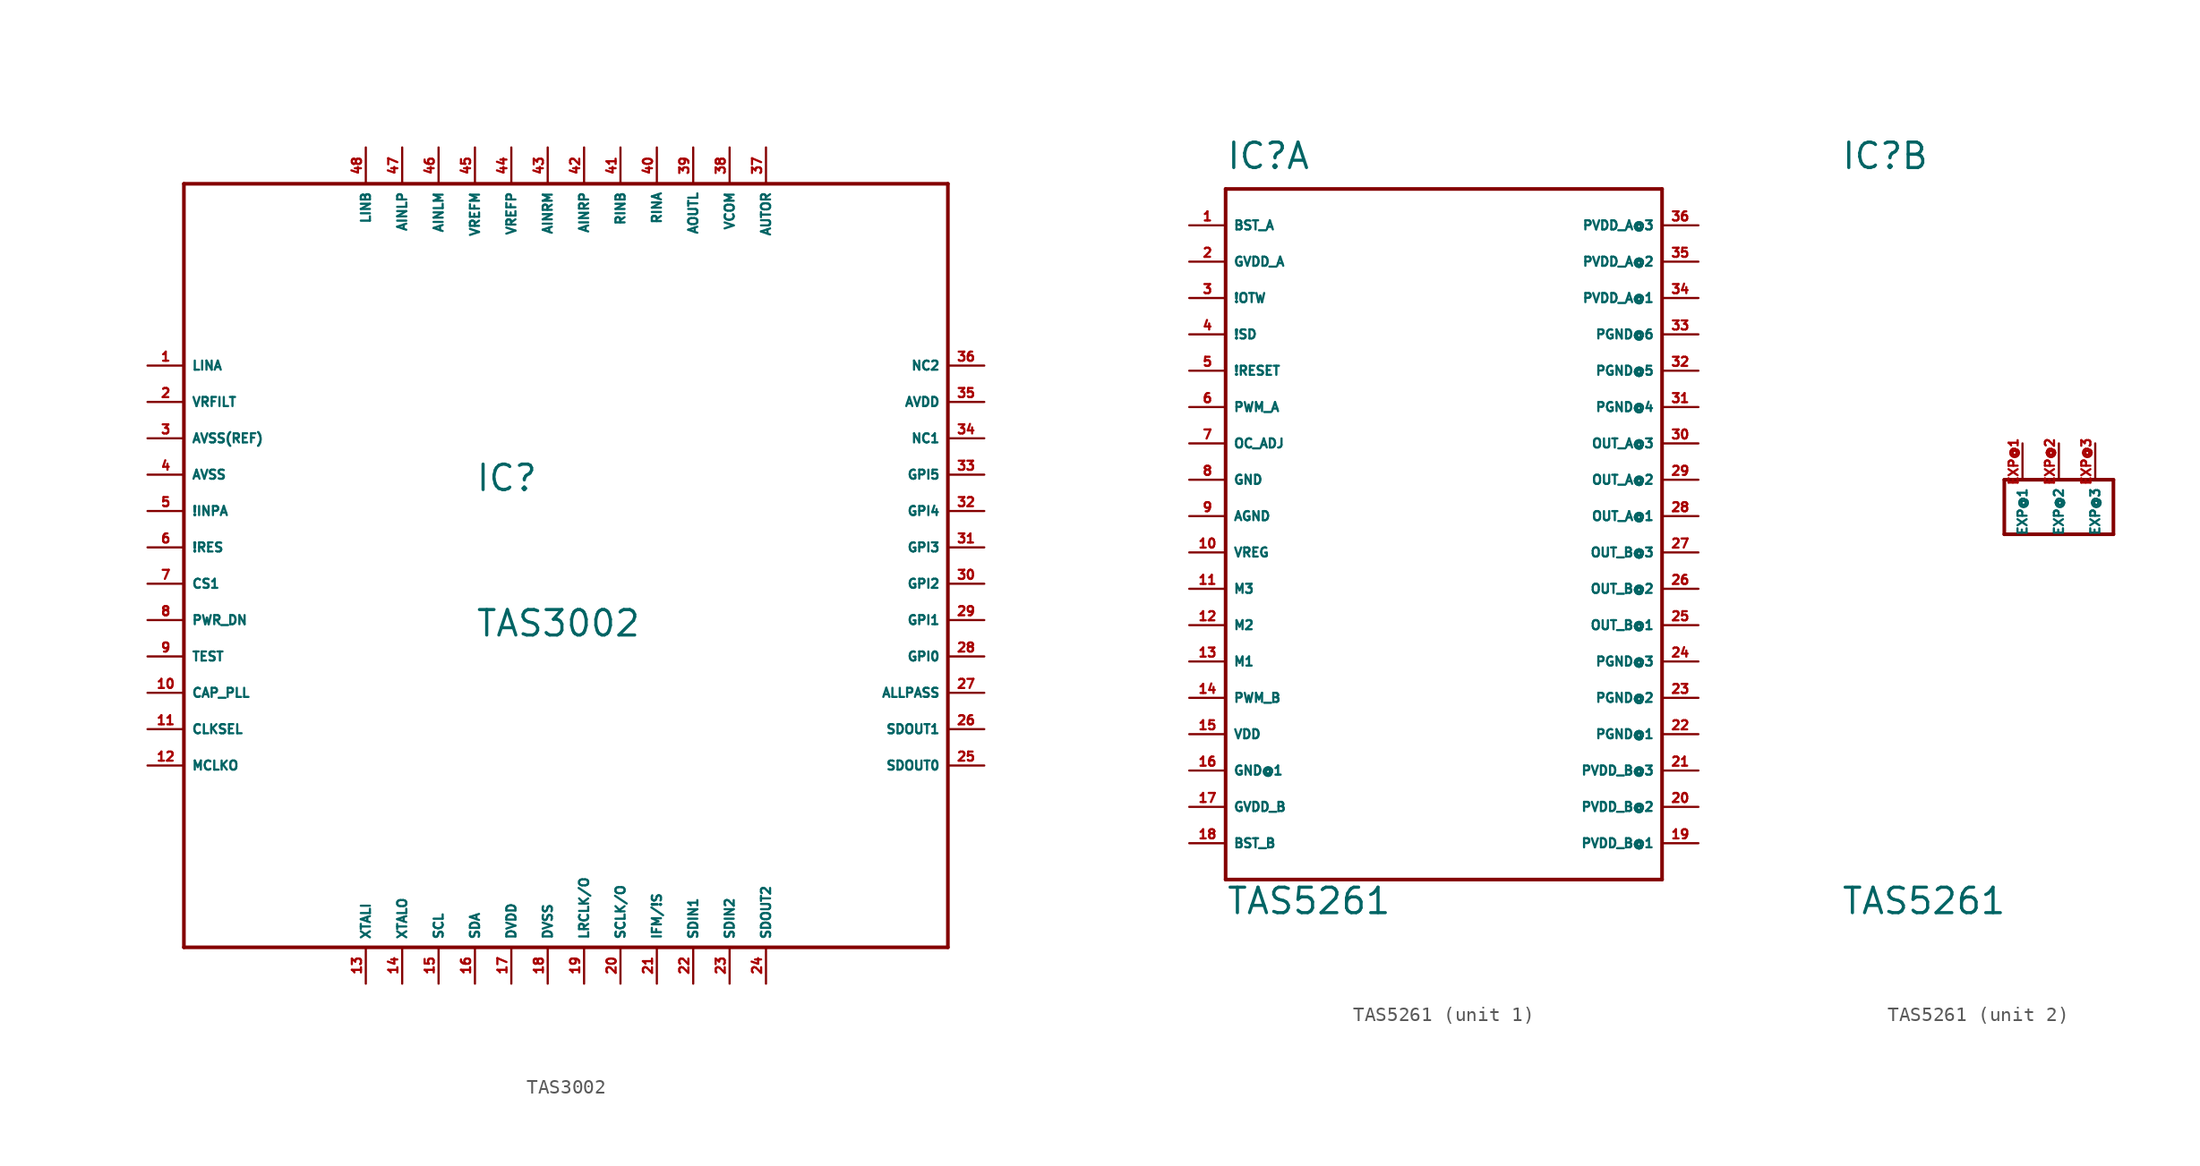
<source format=kicad_sym>
(kicad_symbol_lib
  (version 20220914)
  (generator Eagle2Kicad)
  (symbol "TAS3002"
    (property "Reference" "IC"
      (at -5.08 3.81 0)
      (effects (font (size 1.778 1.778) (thickness 0.22)) (justify left bottom)))
    (property "Value" "TAS3002"
      (at -5.08 -6.35 0)
      (effects (font (size 1.778 1.778) (thickness 0.22)) (justify left bottom)))
    (polyline
      (pts (xy -25.4 25.4) (xy 27.94 25.4))
      (stroke (width 0.254) (type default))
      (fill (type none)))
    (polyline
      (pts (xy 27.94 25.4) (xy 27.94 -27.94))
      (stroke (width 0.254) (type default))
      (fill (type none)))
    (polyline
      (pts (xy 27.94 -27.94) (xy -25.4 -27.94))
      (stroke (width 0.254) (type default))
      (fill (type none)))
    (polyline
      (pts (xy -25.4 -27.94) (xy -25.4 25.4))
      (stroke (width 0.254) (type default))
      (fill (type none)))
    (pin input line
      (at -27.94 12.7 0)
      (length 2.54)
      (name "LINA" (effects (font (size 0.635 0.635) (thickness 0.08)) (justify left bottom)))
      (number "1" (effects (font (size 0.635 0.635) (thickness 0.08)) (justify left bottom))))
    (pin output line
      (at -27.94 10.16 0)
      (length 2.54)
      (name "VRFILT" (effects (font (size 0.635 0.635) (thickness 0.08)) (justify left bottom)))
      (number "2" (effects (font (size 0.635 0.635) (thickness 0.08)) (justify left bottom))))
    (pin unspecified line
      (at -27.94 7.62 0)
      (length 2.54)
      (name "AVSS(REF)" (effects (font (size 0.635 0.635) (thickness 0.08)) (justify left bottom)))
      (number "3" (effects (font (size 0.635 0.635) (thickness 0.08)) (justify left bottom))))
    (pin unspecified line
      (at -27.94 5.08 0)
      (length 2.54)
      (name "AVSS" (effects (font (size 0.635 0.635) (thickness 0.08)) (justify left bottom)))
      (number "4" (effects (font (size 0.635 0.635) (thickness 0.08)) (justify left bottom))))
    (pin output line
      (at -27.94 2.54 0)
      (length 2.54)
      (name "!INPA" (effects (font (size 0.635 0.635) (thickness 0.08)) (justify left bottom)))
      (number "5" (effects (font (size 0.635 0.635) (thickness 0.08)) (justify left bottom))))
    (pin input line
      (at -27.94 0 0)
      (length 2.54)
      (name "!RES" (effects (font (size 0.635 0.635) (thickness 0.08)) (justify left bottom)))
      (number "6" (effects (font (size 0.635 0.635) (thickness 0.08)) (justify left bottom))))
    (pin input line
      (at -27.94 -2.54 0)
      (length 2.54)
      (name "CS1" (effects (font (size 0.635 0.635) (thickness 0.08)) (justify left bottom)))
      (number "7" (effects (font (size 0.635 0.635) (thickness 0.08)) (justify left bottom))))
    (pin input line
      (at -27.94 -5.08 0)
      (length 2.54)
      (name "PWR_DN" (effects (font (size 0.635 0.635) (thickness 0.08)) (justify left bottom)))
      (number "8" (effects (font (size 0.635 0.635) (thickness 0.08)) (justify left bottom))))
    (pin input line
      (at -27.94 -7.62 0)
      (length 2.54)
      (name "TEST" (effects (font (size 0.635 0.635) (thickness 0.08)) (justify left bottom)))
      (number "9" (effects (font (size 0.635 0.635) (thickness 0.08)) (justify left bottom))))
    (pin input line
      (at -27.94 -10.16 0)
      (length 2.54)
      (name "CAP_PLL" (effects (font (size 0.635 0.635) (thickness 0.08)) (justify left bottom)))
      (number "10" (effects (font (size 0.635 0.635) (thickness 0.08)) (justify left bottom))))
    (pin input line
      (at -27.94 -12.7 0)
      (length 2.54)
      (name "CLKSEL" (effects (font (size 0.635 0.635) (thickness 0.08)) (justify left bottom)))
      (number "11" (effects (font (size 0.635 0.635) (thickness 0.08)) (justify left bottom))))
    (pin output line
      (at -27.94 -15.24 0)
      (length 2.54)
      (name "MCLKO" (effects (font (size 0.635 0.635) (thickness 0.08)) (justify left bottom)))
      (number "12" (effects (font (size 0.635 0.635) (thickness 0.08)) (justify left bottom))))
    (pin input line
      (at -12.7 -30.48 90)
      (length 2.54)
      (name "XTALI" (effects (font (size 0.635 0.635) (thickness 0.08)) (justify left bottom)))
      (number "13" (effects (font (size 0.635 0.635) (thickness 0.08)) (justify left bottom))))
    (pin input line
      (at -10.16 -30.48 90)
      (length 2.54)
      (name "XTALO" (effects (font (size 0.635 0.635) (thickness 0.08)) (justify left bottom)))
      (number "14" (effects (font (size 0.635 0.635) (thickness 0.08)) (justify left bottom))))
    (pin bidirectional line
      (at -7.62 -30.48 90)
      (length 2.54)
      (name "SCL" (effects (font (size 0.635 0.635) (thickness 0.08)) (justify left bottom)))
      (number "15" (effects (font (size 0.635 0.635) (thickness 0.08)) (justify left bottom))))
    (pin bidirectional line
      (at -5.08 -30.48 90)
      (length 2.54)
      (name "SDA" (effects (font (size 0.635 0.635) (thickness 0.08)) (justify left bottom)))
      (number "16" (effects (font (size 0.635 0.635) (thickness 0.08)) (justify left bottom))))
    (pin unspecified line
      (at -2.54 -30.48 90)
      (length 2.54)
      (name "DVDD" (effects (font (size 0.635 0.635) (thickness 0.08)) (justify left bottom)))
      (number "17" (effects (font (size 0.635 0.635) (thickness 0.08)) (justify left bottom))))
    (pin unspecified line
      (at 0 -30.48 90)
      (length 2.54)
      (name "DVSS" (effects (font (size 0.635 0.635) (thickness 0.08)) (justify left bottom)))
      (number "18" (effects (font (size 0.635 0.635) (thickness 0.08)) (justify left bottom))))
    (pin bidirectional line
      (at 2.54 -30.48 90)
      (length 2.54)
      (name "LRCLK/O" (effects (font (size 0.635 0.635) (thickness 0.08)) (justify left bottom)))
      (number "19" (effects (font (size 0.635 0.635) (thickness 0.08)) (justify left bottom))))
    (pin bidirectional line
      (at 5.08 -30.48 90)
      (length 2.54)
      (name "SCLK/O" (effects (font (size 0.635 0.635) (thickness 0.08)) (justify left bottom)))
      (number "20" (effects (font (size 0.635 0.635) (thickness 0.08)) (justify left bottom))))
    (pin input line
      (at 7.62 -30.48 90)
      (length 2.54)
      (name "IFM/!S" (effects (font (size 0.635 0.635) (thickness 0.08)) (justify left bottom)))
      (number "21" (effects (font (size 0.635 0.635) (thickness 0.08)) (justify left bottom))))
    (pin input line
      (at 10.16 -30.48 90)
      (length 2.54)
      (name "SDIN1" (effects (font (size 0.635 0.635) (thickness 0.08)) (justify left bottom)))
      (number "22" (effects (font (size 0.635 0.635) (thickness 0.08)) (justify left bottom))))
    (pin input line
      (at 12.7 -30.48 90)
      (length 2.54)
      (name "SDIN2" (effects (font (size 0.635 0.635) (thickness 0.08)) (justify left bottom)))
      (number "23" (effects (font (size 0.635 0.635) (thickness 0.08)) (justify left bottom))))
    (pin output line
      (at 15.24 -30.48 90)
      (length 2.54)
      (name "SDOUT2" (effects (font (size 0.635 0.635) (thickness 0.08)) (justify left bottom)))
      (number "24" (effects (font (size 0.635 0.635) (thickness 0.08)) (justify left bottom))))
    (pin output line
      (at 30.48 -15.24 180)
      (length 2.54)
      (name "SDOUT0" (effects (font (size 0.635 0.635) (thickness 0.08)) (justify left bottom)))
      (number "25" (effects (font (size 0.635 0.635) (thickness 0.08)) (justify left bottom))))
    (pin output line
      (at 30.48 -12.7 180)
      (length 2.54)
      (name "SDOUT1" (effects (font (size 0.635 0.635) (thickness 0.08)) (justify left bottom)))
      (number "26" (effects (font (size 0.635 0.635) (thickness 0.08)) (justify left bottom))))
    (pin input line
      (at 30.48 -7.62 180)
      (length 2.54)
      (name "GPI0" (effects (font (size 0.635 0.635) (thickness 0.08)) (justify left bottom)))
      (number "28" (effects (font (size 0.635 0.635) (thickness 0.08)) (justify left bottom))))
    (pin input line
      (at 30.48 -5.08 180)
      (length 2.54)
      (name "GPI1" (effects (font (size 0.635 0.635) (thickness 0.08)) (justify left bottom)))
      (number "29" (effects (font (size 0.635 0.635) (thickness 0.08)) (justify left bottom))))
    (pin input line
      (at 30.48 -2.54 180)
      (length 2.54)
      (name "GPI2" (effects (font (size 0.635 0.635) (thickness 0.08)) (justify left bottom)))
      (number "30" (effects (font (size 0.635 0.635) (thickness 0.08)) (justify left bottom))))
    (pin input line
      (at 30.48 0 180)
      (length 2.54)
      (name "GPI3" (effects (font (size 0.635 0.635) (thickness 0.08)) (justify left bottom)))
      (number "31" (effects (font (size 0.635 0.635) (thickness 0.08)) (justify left bottom))))
    (pin input line
      (at 30.48 2.54 180)
      (length 2.54)
      (name "GPI4" (effects (font (size 0.635 0.635) (thickness 0.08)) (justify left bottom)))
      (number "32" (effects (font (size 0.635 0.635) (thickness 0.08)) (justify left bottom))))
    (pin input line
      (at 30.48 5.08 180)
      (length 2.54)
      (name "GPI5" (effects (font (size 0.635 0.635) (thickness 0.08)) (justify left bottom)))
      (number "33" (effects (font (size 0.635 0.635) (thickness 0.08)) (justify left bottom))))
    (pin input line
      (at 30.48 7.62 180)
      (length 2.54)
      (name "NC1" (effects (font (size 0.635 0.635) (thickness 0.08)) (justify left bottom)))
      (number "34" (effects (font (size 0.635 0.635) (thickness 0.08)) (justify left bottom))))
    (pin unspecified line
      (at 30.48 10.16 180)
      (length 2.54)
      (name "AVDD" (effects (font (size 0.635 0.635) (thickness 0.08)) (justify left bottom)))
      (number "35" (effects (font (size 0.635 0.635) (thickness 0.08)) (justify left bottom))))
    (pin input line
      (at 30.48 12.7 180)
      (length 2.54)
      (name "NC2" (effects (font (size 0.635 0.635) (thickness 0.08)) (justify left bottom)))
      (number "36" (effects (font (size 0.635 0.635) (thickness 0.08)) (justify left bottom))))
    (pin output line
      (at 15.24 27.94 270)
      (length 2.54)
      (name "AUTOR" (effects (font (size 0.635 0.635) (thickness 0.08)) (justify left bottom)))
      (number "37" (effects (font (size 0.635 0.635) (thickness 0.08)) (justify left bottom))))
    (pin unspecified line
      (at 12.7 27.94 270)
      (length 2.54)
      (name "VCOM" (effects (font (size 0.635 0.635) (thickness 0.08)) (justify left bottom)))
      (number "38" (effects (font (size 0.635 0.635) (thickness 0.08)) (justify left bottom))))
    (pin output line
      (at 10.16 27.94 270)
      (length 2.54)
      (name "AOUTL" (effects (font (size 0.635 0.635) (thickness 0.08)) (justify left bottom)))
      (number "39" (effects (font (size 0.635 0.635) (thickness 0.08)) (justify left bottom))))
    (pin input line
      (at 7.62 27.94 270)
      (length 2.54)
      (name "RINA" (effects (font (size 0.635 0.635) (thickness 0.08)) (justify left bottom)))
      (number "40" (effects (font (size 0.635 0.635) (thickness 0.08)) (justify left bottom))))
    (pin input line
      (at 5.08 27.94 270)
      (length 2.54)
      (name "RINB" (effects (font (size 0.635 0.635) (thickness 0.08)) (justify left bottom)))
      (number "41" (effects (font (size 0.635 0.635) (thickness 0.08)) (justify left bottom))))
    (pin input line
      (at 2.54 27.94 270)
      (length 2.54)
      (name "AINRP" (effects (font (size 0.635 0.635) (thickness 0.08)) (justify left bottom)))
      (number "42" (effects (font (size 0.635 0.635) (thickness 0.08)) (justify left bottom))))
    (pin input line
      (at 0 27.94 270)
      (length 2.54)
      (name "AINRM" (effects (font (size 0.635 0.635) (thickness 0.08)) (justify left bottom)))
      (number "43" (effects (font (size 0.635 0.635) (thickness 0.08)) (justify left bottom))))
    (pin input line
      (at -2.54 27.94 270)
      (length 2.54)
      (name "VREFP" (effects (font (size 0.635 0.635) (thickness 0.08)) (justify left bottom)))
      (number "44" (effects (font (size 0.635 0.635) (thickness 0.08)) (justify left bottom))))
    (pin input line
      (at -5.08 27.94 270)
      (length 2.54)
      (name "VREFM" (effects (font (size 0.635 0.635) (thickness 0.08)) (justify left bottom)))
      (number "45" (effects (font (size 0.635 0.635) (thickness 0.08)) (justify left bottom))))
    (pin input line
      (at -7.62 27.94 270)
      (length 2.54)
      (name "AINLM" (effects (font (size 0.635 0.635) (thickness 0.08)) (justify left bottom)))
      (number "46" (effects (font (size 0.635 0.635) (thickness 0.08)) (justify left bottom))))
    (pin input line
      (at -10.16 27.94 270)
      (length 2.54)
      (name "AINLP" (effects (font (size 0.635 0.635) (thickness 0.08)) (justify left bottom)))
      (number "47" (effects (font (size 0.635 0.635) (thickness 0.08)) (justify left bottom))))
    (pin input line
      (at -12.7 27.94 270)
      (length 2.54)
      (name "LINB" (effects (font (size 0.635 0.635) (thickness 0.08)) (justify left bottom)))
      (number "48" (effects (font (size 0.635 0.635) (thickness 0.08)) (justify left bottom))))
    (pin input line
      (at 30.48 -10.16 180)
      (length 2.54)
      (name "ALLPASS" (effects (font (size 0.635 0.635) (thickness 0.08)) (justify left bottom)))
      (number "27" (effects (font (size 0.635 0.635) (thickness 0.08)) (justify left bottom)))))
  (symbol "TAS5261"
    (property "Reference" "IC"
      (at -15.24 24.13 0)
      (effects (font (size 1.778 1.778) (thickness 0.22)) (justify left bottom)))
    (property "Value" "TAS5261"
      (at -15.24 -27.94 0)
      (effects (font (size 1.778 1.778) (thickness 0.22)) (justify left bottom)))
    (symbol "TAS5261_1_0"
      (polyline (pts (xy -15.24 22.86) (xy 15.24 22.86)) (stroke (width 0.254) (type default)) (fill (type none)))
      (polyline (pts (xy 15.24 22.86) (xy 15.24 -25.4)) (stroke (width 0.254) (type default)) (fill (type none)))
      (polyline (pts (xy 15.24 -25.4) (xy -15.24 -25.4)) (stroke (width 0.254) (type default)) (fill (type none)))
      (polyline (pts (xy -15.24 -25.4) (xy -15.24 22.86)) (stroke (width 0.254) (type default)) (fill (type none)))
      (pin input line (at -17.78 20.32 0) (length 2.54) (name "BST_A" (effects (font (size 0.635 0.635) (thickness 0.08)) (justify left bottom))) (number "1" (effects (font (size 0.635 0.635) (thickness 0.08)) (justify left bottom))))
      (pin input line (at -17.78 17.78 0) (length 2.54) (name "GVDD_A" (effects (font (size 0.635 0.635) (thickness 0.08)) (justify left bottom))) (number "2" (effects (font (size 0.635 0.635) (thickness 0.08)) (justify left bottom))))
      (pin input line (at -17.78 15.24 0) (length 2.54) (name "!OTW" (effects (font (size 0.635 0.635) (thickness 0.08)) (justify left bottom))) (number "3" (effects (font (size 0.635 0.635) (thickness 0.08)) (justify left bottom))))
      (pin input line (at -17.78 12.7 0) (length 2.54) (name "!SD" (effects (font (size 0.635 0.635) (thickness 0.08)) (justify left bottom))) (number "4" (effects (font (size 0.635 0.635) (thickness 0.08)) (justify left bottom))))
      (pin input line (at -17.78 10.16 0) (length 2.54) (name "!RESET" (effects (font (size 0.635 0.635) (thickness 0.08)) (justify left bottom))) (number "5" (effects (font (size 0.635 0.635) (thickness 0.08)) (justify left bottom))))
      (pin input line (at -17.78 7.62 0) (length 2.54) (name "PWM_A" (effects (font (size 0.635 0.635) (thickness 0.08)) (justify left bottom))) (number "6" (effects (font (size 0.635 0.635) (thickness 0.08)) (justify left bottom))))
      (pin input line (at -17.78 5.08 0) (length 2.54) (name "OC_ADJ" (effects (font (size 0.635 0.635) (thickness 0.08)) (justify left bottom))) (number "7" (effects (font (size 0.635 0.635) (thickness 0.08)) (justify left bottom))))
      (pin input line (at -17.78 2.54 0) (length 2.54) (name "GND" (effects (font (size 0.635 0.635) (thickness 0.08)) (justify left bottom))) (number "8" (effects (font (size 0.635 0.635) (thickness 0.08)) (justify left bottom))))
      (pin input line (at -17.78 0 0) (length 2.54) (name "AGND" (effects (font (size 0.635 0.635) (thickness 0.08)) (justify left bottom))) (number "9" (effects (font (size 0.635 0.635) (thickness 0.08)) (justify left bottom))))
      (pin input line (at -17.78 -2.54 0) (length 2.54) (name "VREG" (effects (font (size 0.635 0.635) (thickness 0.08)) (justify left bottom))) (number "10" (effects (font (size 0.635 0.635) (thickness 0.08)) (justify left bottom))))
      (pin input line (at -17.78 -5.08 0) (length 2.54) (name "M3" (effects (font (size 0.635 0.635) (thickness 0.08)) (justify left bottom))) (number "11" (effects (font (size 0.635 0.635) (thickness 0.08)) (justify left bottom))))
      (pin input line (at -17.78 -7.62 0) (length 2.54) (name "M2" (effects (font (size 0.635 0.635) (thickness 0.08)) (justify left bottom))) (number "12" (effects (font (size 0.635 0.635) (thickness 0.08)) (justify left bottom))))
      (pin input line (at -17.78 -10.16 0) (length 2.54) (name "M1" (effects (font (size 0.635 0.635) (thickness 0.08)) (justify left bottom))) (number "13" (effects (font (size 0.635 0.635) (thickness 0.08)) (justify left bottom))))
      (pin input line (at -17.78 -12.7 0) (length 2.54) (name "PWM_B" (effects (font (size 0.635 0.635) (thickness 0.08)) (justify left bottom))) (number "14" (effects (font (size 0.635 0.635) (thickness 0.08)) (justify left bottom))))
      (pin input line (at -17.78 -15.24 0) (length 2.54) (name "VDD" (effects (font (size 0.635 0.635) (thickness 0.08)) (justify left bottom))) (number "15" (effects (font (size 0.635 0.635) (thickness 0.08)) (justify left bottom))))
      (pin input line (at -17.78 -17.78 0) (length 2.54) (name "GND@1" (effects (font (size 0.635 0.635) (thickness 0.08)) (justify left bottom))) (number "16" (effects (font (size 0.635 0.635) (thickness 0.08)) (justify left bottom))))
      (pin input line (at -17.78 -20.32 0) (length 2.54) (name "GVDD_B" (effects (font (size 0.635 0.635) (thickness 0.08)) (justify left bottom))) (number "17" (effects (font (size 0.635 0.635) (thickness 0.08)) (justify left bottom))))
      (pin input line (at -17.78 -22.86 0) (length 2.54) (name "BST_B" (effects (font (size 0.635 0.635) (thickness 0.08)) (justify left bottom))) (number "18" (effects (font (size 0.635 0.635) (thickness 0.08)) (justify left bottom))))
      (pin input line (at 17.78 -22.86 180) (length 2.54) (name "PVDD_B@1" (effects (font (size 0.635 0.635) (thickness 0.08)) (justify left bottom))) (number "19" (effects (font (size 0.635 0.635) (thickness 0.08)) (justify left bottom))))
      (pin input line (at 17.78 -20.32 180) (length 2.54) (name "PVDD_B@2" (effects (font (size 0.635 0.635) (thickness 0.08)) (justify left bottom))) (number "20" (effects (font (size 0.635 0.635) (thickness 0.08)) (justify left bottom))))
      (pin input line (at 17.78 -17.78 180) (length 2.54) (name "PVDD_B@3" (effects (font (size 0.635 0.635) (thickness 0.08)) (justify left bottom))) (number "21" (effects (font (size 0.635 0.635) (thickness 0.08)) (justify left bottom))))
      (pin input line (at 17.78 -15.24 180) (length 2.54) (name "PGND@1" (effects (font (size 0.635 0.635) (thickness 0.08)) (justify left bottom))) (number "22" (effects (font (size 0.635 0.635) (thickness 0.08)) (justify left bottom))))
      (pin input line (at 17.78 -12.7 180) (length 2.54) (name "PGND@2" (effects (font (size 0.635 0.635) (thickness 0.08)) (justify left bottom))) (number "23" (effects (font (size 0.635 0.635) (thickness 0.08)) (justify left bottom))))
      (pin input line (at 17.78 -10.16 180) (length 2.54) (name "PGND@3" (effects (font (size 0.635 0.635) (thickness 0.08)) (justify left bottom))) (number "24" (effects (font (size 0.635 0.635) (thickness 0.08)) (justify left bottom))))
      (pin input line (at 17.78 -7.62 180) (length 2.54) (name "OUT_B@1" (effects (font (size 0.635 0.635) (thickness 0.08)) (justify left bottom))) (number "25" (effects (font (size 0.635 0.635) (thickness 0.08)) (justify left bottom))))
      (pin input line (at 17.78 -5.08 180) (length 2.54) (name "OUT_B@2" (effects (font (size 0.635 0.635) (thickness 0.08)) (justify left bottom))) (number "26" (effects (font (size 0.635 0.635) (thickness 0.08)) (justify left bottom))))
      (pin input line (at 17.78 -2.54 180) (length 2.54) (name "OUT_B@3" (effects (font (size 0.635 0.635) (thickness 0.08)) (justify left bottom))) (number "27" (effects (font (size 0.635 0.635) (thickness 0.08)) (justify left bottom))))
      (pin input line (at 17.78 0 180) (length 2.54) (name "OUT_A@1" (effects (font (size 0.635 0.635) (thickness 0.08)) (justify left bottom))) (number "28" (effects (font (size 0.635 0.635) (thickness 0.08)) (justify left bottom))))
      (pin input line (at 17.78 2.54 180) (length 2.54) (name "OUT_A@2" (effects (font (size 0.635 0.635) (thickness 0.08)) (justify left bottom))) (number "29" (effects (font (size 0.635 0.635) (thickness 0.08)) (justify left bottom))))
      (pin input line (at 17.78 5.08 180) (length 2.54) (name "OUT_A@3" (effects (font (size 0.635 0.635) (thickness 0.08)) (justify left bottom))) (number "30" (effects (font (size 0.635 0.635) (thickness 0.08)) (justify left bottom))))
      (pin input line (at 17.78 15.24 180) (length 2.54) (name "PVDD_A@1" (effects (font (size 0.635 0.635) (thickness 0.08)) (justify left bottom))) (number "34" (effects (font (size 0.635 0.635) (thickness 0.08)) (justify left bottom))))
      (pin input line (at 17.78 17.78 180) (length 2.54) (name "PVDD_A@2" (effects (font (size 0.635 0.635) (thickness 0.08)) (justify left bottom))) (number "35" (effects (font (size 0.635 0.635) (thickness 0.08)) (justify left bottom))))
      (pin input line (at 17.78 20.32 180) (length 2.54) (name "PVDD_A@3" (effects (font (size 0.635 0.635) (thickness 0.08)) (justify left bottom))) (number "36" (effects (font (size 0.635 0.635) (thickness 0.08)) (justify left bottom))))
      (pin input line (at 17.78 7.62 180) (length 2.54) (name "PGND@4" (effects (font (size 0.635 0.635) (thickness 0.08)) (justify left bottom))) (number "31" (effects (font (size 0.635 0.635) (thickness 0.08)) (justify left bottom))))
      (pin input line (at 17.78 10.16 180) (length 2.54) (name "PGND@5" (effects (font (size 0.635 0.635) (thickness 0.08)) (justify left bottom))) (number "32" (effects (font (size 0.635 0.635) (thickness 0.08)) (justify left bottom))))
      (pin input line (at 17.78 12.7 180) (length 2.54) (name "PGND@6" (effects (font (size 0.635 0.635) (thickness 0.08)) (justify left bottom))) (number "33" (effects (font (size 0.635 0.635) (thickness 0.08)) (justify left bottom)))))
    (symbol "TAS5261_2_0"
      (polyline (pts (xy -3.81 2.54) (xy 3.81 2.54)) (stroke (width 0.254) (type default)) (fill (type none)))
      (polyline (pts (xy 3.81 2.54) (xy 3.81 -1.27)) (stroke (width 0.254) (type default)) (fill (type none)))
      (polyline (pts (xy 3.81 -1.27) (xy -3.81 -1.27)) (stroke (width 0.254) (type default)) (fill (type none)))
      (polyline (pts (xy -3.81 -1.27) (xy -3.81 2.54)) (stroke (width 0.254) (type default)) (fill (type none)))
      (pin input line (at -2.54 5.08 270) (length 2.54) (name "EXP@1" (effects (font (size 0.635 0.635) (thickness 0.08)) (justify left bottom))) (number "EXP@1" (effects (font (size 0.635 0.635) (thickness 0.08)) (justify left bottom))))
      (pin input line (at 0 5.08 270) (length 2.54) (name "EXP@2" (effects (font (size 0.635 0.635) (thickness 0.08)) (justify left bottom))) (number "EXP@2" (effects (font (size 0.635 0.635) (thickness 0.08)) (justify left bottom))))
      (pin input line (at 2.54 5.08 270) (length 2.54) (name "EXP@3" (effects (font (size 0.635 0.635) (thickness 0.08)) (justify left bottom))) (number "EXP@3" (effects (font (size 0.635 0.635) (thickness 0.08)) (justify left bottom)))))))
</source>
